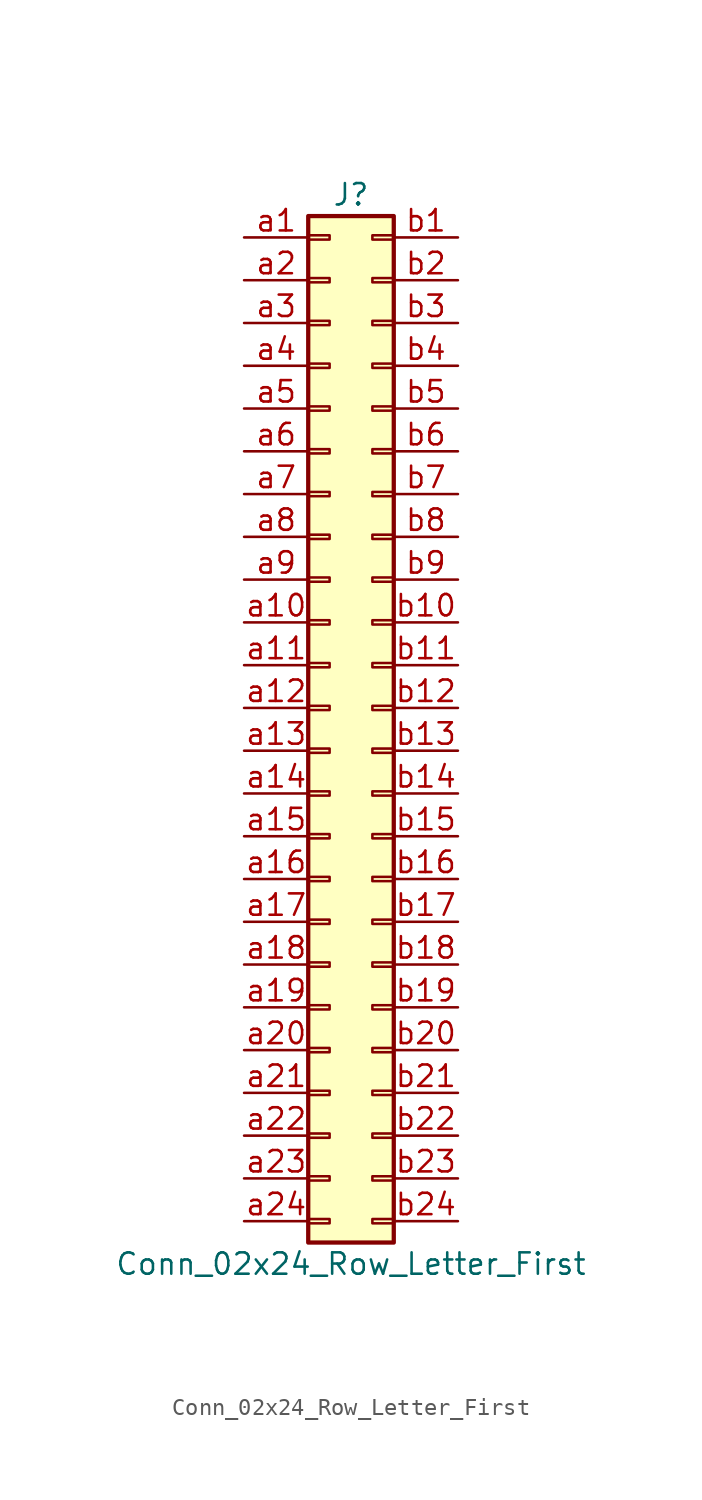
<source format=kicad_sym>
(kicad_symbol_lib
  (version 20220914)
  (generator kicad_symbol_editor)
  (symbol "Conn_02x24_Row_Letter_First"
    (pin_names
      (offset 1.016) hide)
    (property "Reference" "J"
      (at 1.27 30.48 0)
      (effects (font (size 1.27 1.27))))
    (property "Value" "Conn_02x24_Row_Letter_First"
      (at 1.27 -33.02 0)
      (effects (font (size 1.27 1.27))))
    (symbol "Conn_02x24_Row_Letter_First_1_1"
      (rectangle (start -1.27 -30.353) (end 0 -30.607) (stroke (width 0.152) (type default)) (fill (type none)))
      (rectangle (start -1.27 -27.813) (end 0 -28.067) (stroke (width 0.152) (type default)) (fill (type none)))
      (rectangle (start -1.27 -25.273) (end 0 -25.527) (stroke (width 0.152) (type default)) (fill (type none)))
      (rectangle (start -1.27 -22.733) (end 0 -22.987) (stroke (width 0.152) (type default)) (fill (type none)))
      (rectangle (start -1.27 -20.193) (end 0 -20.447) (stroke (width 0.152) (type default)) (fill (type none)))
      (rectangle (start -1.27 -17.653) (end 0 -17.907) (stroke (width 0.152) (type default)) (fill (type none)))
      (rectangle (start -1.27 -15.113) (end 0 -15.367) (stroke (width 0.152) (type default)) (fill (type none)))
      (rectangle (start -1.27 -12.573) (end 0 -12.827) (stroke (width 0.152) (type default)) (fill (type none)))
      (rectangle (start -1.27 -10.033) (end 0 -10.287) (stroke (width 0.152) (type default)) (fill (type none)))
      (rectangle (start -1.27 -7.493) (end 0 -7.747) (stroke (width 0.152) (type default)) (fill (type none)))
      (rectangle (start -1.27 -4.953) (end 0 -5.207) (stroke (width 0.152) (type default)) (fill (type none)))
      (rectangle (start -1.27 -2.413) (end 0 -2.667) (stroke (width 0.152) (type default)) (fill (type none)))
      (rectangle (start -1.27 0.127) (end 0 -0.127) (stroke (width 0.152) (type default)) (fill (type none)))
      (rectangle (start -1.27 2.667) (end 0 2.413) (stroke (width 0.152) (type default)) (fill (type none)))
      (rectangle (start -1.27 5.207) (end 0 4.953) (stroke (width 0.152) (type default)) (fill (type none)))
      (rectangle (start -1.27 7.747) (end 0 7.493) (stroke (width 0.152) (type default)) (fill (type none)))
      (rectangle (start -1.27 10.287) (end 0 10.033) (stroke (width 0.152) (type default)) (fill (type none)))
      (rectangle (start -1.27 12.827) (end 0 12.573) (stroke (width 0.152) (type default)) (fill (type none)))
      (rectangle (start -1.27 15.367) (end 0 15.113) (stroke (width 0.152) (type default)) (fill (type none)))
      (rectangle (start -1.27 17.907) (end 0 17.653) (stroke (width 0.152) (type default)) (fill (type none)))
      (rectangle (start -1.27 20.447) (end 0 20.193) (stroke (width 0.152) (type default)) (fill (type none)))
      (rectangle (start -1.27 22.987) (end 0 22.733) (stroke (width 0.152) (type default)) (fill (type none)))
      (rectangle (start -1.27 25.527) (end 0 25.273) (stroke (width 0.152) (type default)) (fill (type none)))
      (rectangle (start -1.27 28.067) (end 0 27.813) (stroke (width 0.152) (type default)) (fill (type none)))
      (rectangle (start -1.27 29.21) (end 3.81 -31.75) (stroke (width 0.254) (type default)) (fill (type background)))
      (rectangle (start 3.81 -30.353) (end 2.54 -30.607) (stroke (width 0.152) (type default)) (fill (type none)))
      (rectangle (start 3.81 -27.813) (end 2.54 -28.067) (stroke (width 0.152) (type default)) (fill (type none)))
      (rectangle (start 3.81 -25.273) (end 2.54 -25.527) (stroke (width 0.152) (type default)) (fill (type none)))
      (rectangle (start 3.81 -22.733) (end 2.54 -22.987) (stroke (width 0.152) (type default)) (fill (type none)))
      (rectangle (start 3.81 -20.193) (end 2.54 -20.447) (stroke (width 0.152) (type default)) (fill (type none)))
      (rectangle (start 3.81 -17.653) (end 2.54 -17.907) (stroke (width 0.152) (type default)) (fill (type none)))
      (rectangle (start 3.81 -15.113) (end 2.54 -15.367) (stroke (width 0.152) (type default)) (fill (type none)))
      (rectangle (start 3.81 -12.573) (end 2.54 -12.827) (stroke (width 0.152) (type default)) (fill (type none)))
      (rectangle (start 3.81 -10.033) (end 2.54 -10.287) (stroke (width 0.152) (type default)) (fill (type none)))
      (rectangle (start 3.81 -7.493) (end 2.54 -7.747) (stroke (width 0.152) (type default)) (fill (type none)))
      (rectangle (start 3.81 -4.953) (end 2.54 -5.207) (stroke (width 0.152) (type default)) (fill (type none)))
      (rectangle (start 3.81 -2.413) (end 2.54 -2.667) (stroke (width 0.152) (type default)) (fill (type none)))
      (rectangle (start 3.81 0.127) (end 2.54 -0.127) (stroke (width 0.152) (type default)) (fill (type none)))
      (rectangle (start 3.81 2.667) (end 2.54 2.413) (stroke (width 0.152) (type default)) (fill (type none)))
      (rectangle (start 3.81 5.207) (end 2.54 4.953) (stroke (width 0.152) (type default)) (fill (type none)))
      (rectangle (start 3.81 7.747) (end 2.54 7.493) (stroke (width 0.152) (type default)) (fill (type none)))
      (rectangle (start 3.81 10.287) (end 2.54 10.033) (stroke (width 0.152) (type default)) (fill (type none)))
      (rectangle (start 3.81 12.827) (end 2.54 12.573) (stroke (width 0.152) (type default)) (fill (type none)))
      (rectangle (start 3.81 15.367) (end 2.54 15.113) (stroke (width 0.152) (type default)) (fill (type none)))
      (rectangle (start 3.81 17.907) (end 2.54 17.653) (stroke (width 0.152) (type default)) (fill (type none)))
      (rectangle (start 3.81 20.447) (end 2.54 20.193) (stroke (width 0.152) (type default)) (fill (type none)))
      (rectangle (start 3.81 22.987) (end 2.54 22.733) (stroke (width 0.152) (type default)) (fill (type none)))
      (rectangle (start 3.81 25.527) (end 2.54 25.273) (stroke (width 0.152) (type default)) (fill (type none)))
      (rectangle (start 3.81 28.067) (end 2.54 27.813) (stroke (width 0.152) (type default)) (fill (type none)))
      (pin passive line (at -5.08 27.94 0) (length 3.81) (name "Pin_a1" (effects (font (size 1.27 1.27)))) (number "a1" (effects (font (size 1.27 1.27)))))
      (pin passive line (at -5.08 5.08 0) (length 3.81) (name "Pin_a10" (effects (font (size 1.27 1.27)))) (number "a10" (effects (font (size 1.27 1.27)))))
      (pin passive line (at -5.08 2.54 0) (length 3.81) (name "Pin_a11" (effects (font (size 1.27 1.27)))) (number "a11" (effects (font (size 1.27 1.27)))))
      (pin passive line (at -5.08 0 0) (length 3.81) (name "Pin_a12" (effects (font (size 1.27 1.27)))) (number "a12" (effects (font (size 1.27 1.27)))))
      (pin passive line (at -5.08 -2.54 0) (length 3.81) (name "Pin_a13" (effects (font (size 1.27 1.27)))) (number "a13" (effects (font (size 1.27 1.27)))))
      (pin passive line (at -5.08 -5.08 0) (length 3.81) (name "Pin_a14" (effects (font (size 1.27 1.27)))) (number "a14" (effects (font (size 1.27 1.27)))))
      (pin passive line (at -5.08 -7.62 0) (length 3.81) (name "Pin_a15" (effects (font (size 1.27 1.27)))) (number "a15" (effects (font (size 1.27 1.27)))))
      (pin passive line (at -5.08 -10.16 0) (length 3.81) (name "Pin_a16" (effects (font (size 1.27 1.27)))) (number "a16" (effects (font (size 1.27 1.27)))))
      (pin passive line (at -5.08 -12.7 0) (length 3.81) (name "Pin_a17" (effects (font (size 1.27 1.27)))) (number "a17" (effects (font (size 1.27 1.27)))))
      (pin passive line (at -5.08 -15.24 0) (length 3.81) (name "Pin_a18" (effects (font (size 1.27 1.27)))) (number "a18" (effects (font (size 1.27 1.27)))))
      (pin passive line (at -5.08 -17.78 0) (length 3.81) (name "Pin_a19" (effects (font (size 1.27 1.27)))) (number "a19" (effects (font (size 1.27 1.27)))))
      (pin passive line (at -5.08 25.4 0) (length 3.81) (name "Pin_a2" (effects (font (size 1.27 1.27)))) (number "a2" (effects (font (size 1.27 1.27)))))
      (pin passive line (at -5.08 -20.32 0) (length 3.81) (name "Pin_a20" (effects (font (size 1.27 1.27)))) (number "a20" (effects (font (size 1.27 1.27)))))
      (pin passive line (at -5.08 -22.86 0) (length 3.81) (name "Pin_a21" (effects (font (size 1.27 1.27)))) (number "a21" (effects (font (size 1.27 1.27)))))
      (pin passive line (at -5.08 -25.4 0) (length 3.81) (name "Pin_a22" (effects (font (size 1.27 1.27)))) (number "a22" (effects (font (size 1.27 1.27)))))
      (pin passive line (at -5.08 -27.94 0) (length 3.81) (name "Pin_a23" (effects (font (size 1.27 1.27)))) (number "a23" (effects (font (size 1.27 1.27)))))
      (pin passive line (at -5.08 -30.48 0) (length 3.81) (name "Pin_a24" (effects (font (size 1.27 1.27)))) (number "a24" (effects (font (size 1.27 1.27)))))
      (pin passive line (at -5.08 22.86 0) (length 3.81) (name "Pin_a3" (effects (font (size 1.27 1.27)))) (number "a3" (effects (font (size 1.27 1.27)))))
      (pin passive line (at -5.08 20.32 0) (length 3.81) (name "Pin_a4" (effects (font (size 1.27 1.27)))) (number "a4" (effects (font (size 1.27 1.27)))))
      (pin passive line (at -5.08 17.78 0) (length 3.81) (name "Pin_a5" (effects (font (size 1.27 1.27)))) (number "a5" (effects (font (size 1.27 1.27)))))
      (pin passive line (at -5.08 15.24 0) (length 3.81) (name "Pin_a6" (effects (font (size 1.27 1.27)))) (number "a6" (effects (font (size 1.27 1.27)))))
      (pin passive line (at -5.08 12.7 0) (length 3.81) (name "Pin_a7" (effects (font (size 1.27 1.27)))) (number "a7" (effects (font (size 1.27 1.27)))))
      (pin passive line (at -5.08 10.16 0) (length 3.81) (name "Pin_a8" (effects (font (size 1.27 1.27)))) (number "a8" (effects (font (size 1.27 1.27)))))
      (pin passive line (at -5.08 7.62 0) (length 3.81) (name "Pin_a9" (effects (font (size 1.27 1.27)))) (number "a9" (effects (font (size 1.27 1.27)))))
      (pin passive line (at 7.62 27.94 180) (length 3.81) (name "Pin_b1" (effects (font (size 1.27 1.27)))) (number "b1" (effects (font (size 1.27 1.27)))))
      (pin passive line (at 7.62 5.08 180) (length 3.81) (name "Pin_b10" (effects (font (size 1.27 1.27)))) (number "b10" (effects (font (size 1.27 1.27)))))
      (pin passive line (at 7.62 2.54 180) (length 3.81) (name "Pin_b11" (effects (font (size 1.27 1.27)))) (number "b11" (effects (font (size 1.27 1.27)))))
      (pin passive line (at 7.62 0 180) (length 3.81) (name "Pin_b12" (effects (font (size 1.27 1.27)))) (number "b12" (effects (font (size 1.27 1.27)))))
      (pin passive line (at 7.62 -2.54 180) (length 3.81) (name "Pin_b13" (effects (font (size 1.27 1.27)))) (number "b13" (effects (font (size 1.27 1.27)))))
      (pin passive line (at 7.62 -5.08 180) (length 3.81) (name "Pin_b14" (effects (font (size 1.27 1.27)))) (number "b14" (effects (font (size 1.27 1.27)))))
      (pin passive line (at 7.62 -7.62 180) (length 3.81) (name "Pin_b15" (effects (font (size 1.27 1.27)))) (number "b15" (effects (font (size 1.27 1.27)))))
      (pin passive line (at 7.62 -10.16 180) (length 3.81) (name "Pin_b16" (effects (font (size 1.27 1.27)))) (number "b16" (effects (font (size 1.27 1.27)))))
      (pin passive line (at 7.62 -12.7 180) (length 3.81) (name "Pin_b17" (effects (font (size 1.27 1.27)))) (number "b17" (effects (font (size 1.27 1.27)))))
      (pin passive line (at 7.62 -15.24 180) (length 3.81) (name "Pin_b18" (effects (font (size 1.27 1.27)))) (number "b18" (effects (font (size 1.27 1.27)))))
      (pin passive line (at 7.62 -17.78 180) (length 3.81) (name "Pin_b19" (effects (font (size 1.27 1.27)))) (number "b19" (effects (font (size 1.27 1.27)))))
      (pin passive line (at 7.62 25.4 180) (length 3.81) (name "Pin_b2" (effects (font (size 1.27 1.27)))) (number "b2" (effects (font (size 1.27 1.27)))))
      (pin passive line (at 7.62 -20.32 180) (length 3.81) (name "Pin_b20" (effects (font (size 1.27 1.27)))) (number "b20" (effects (font (size 1.27 1.27)))))
      (pin passive line (at 7.62 -22.86 180) (length 3.81) (name "Pin_b21" (effects (font (size 1.27 1.27)))) (number "b21" (effects (font (size 1.27 1.27)))))
      (pin passive line (at 7.62 -25.4 180) (length 3.81) (name "Pin_b22" (effects (font (size 1.27 1.27)))) (number "b22" (effects (font (size 1.27 1.27)))))
      (pin passive line (at 7.62 -27.94 180) (length 3.81) (name "Pin_b23" (effects (font (size 1.27 1.27)))) (number "b23" (effects (font (size 1.27 1.27)))))
      (pin passive line (at 7.62 -30.48 180) (length 3.81) (name "Pin_b24" (effects (font (size 1.27 1.27)))) (number "b24" (effects (font (size 1.27 1.27)))))
      (pin passive line (at 7.62 22.86 180) (length 3.81) (name "Pin_b3" (effects (font (size 1.27 1.27)))) (number "b3" (effects (font (size 1.27 1.27)))))
      (pin passive line (at 7.62 20.32 180) (length 3.81) (name "Pin_b4" (effects (font (size 1.27 1.27)))) (number "b4" (effects (font (size 1.27 1.27)))))
      (pin passive line (at 7.62 17.78 180) (length 3.81) (name "Pin_b5" (effects (font (size 1.27 1.27)))) (number "b5" (effects (font (size 1.27 1.27)))))
      (pin passive line (at 7.62 15.24 180) (length 3.81) (name "Pin_b6" (effects (font (size 1.27 1.27)))) (number "b6" (effects (font (size 1.27 1.27)))))
      (pin passive line (at 7.62 12.7 180) (length 3.81) (name "Pin_b7" (effects (font (size 1.27 1.27)))) (number "b7" (effects (font (size 1.27 1.27)))))
      (pin passive line (at 7.62 10.16 180) (length 3.81) (name "Pin_b8" (effects (font (size 1.27 1.27)))) (number "b8" (effects (font (size 1.27 1.27)))))
      (pin passive line (at 7.62 7.62 180) (length 3.81) (name "Pin_b9" (effects (font (size 1.27 1.27)))) (number "b9" (effects (font (size 1.27 1.27))))))))
</source>
